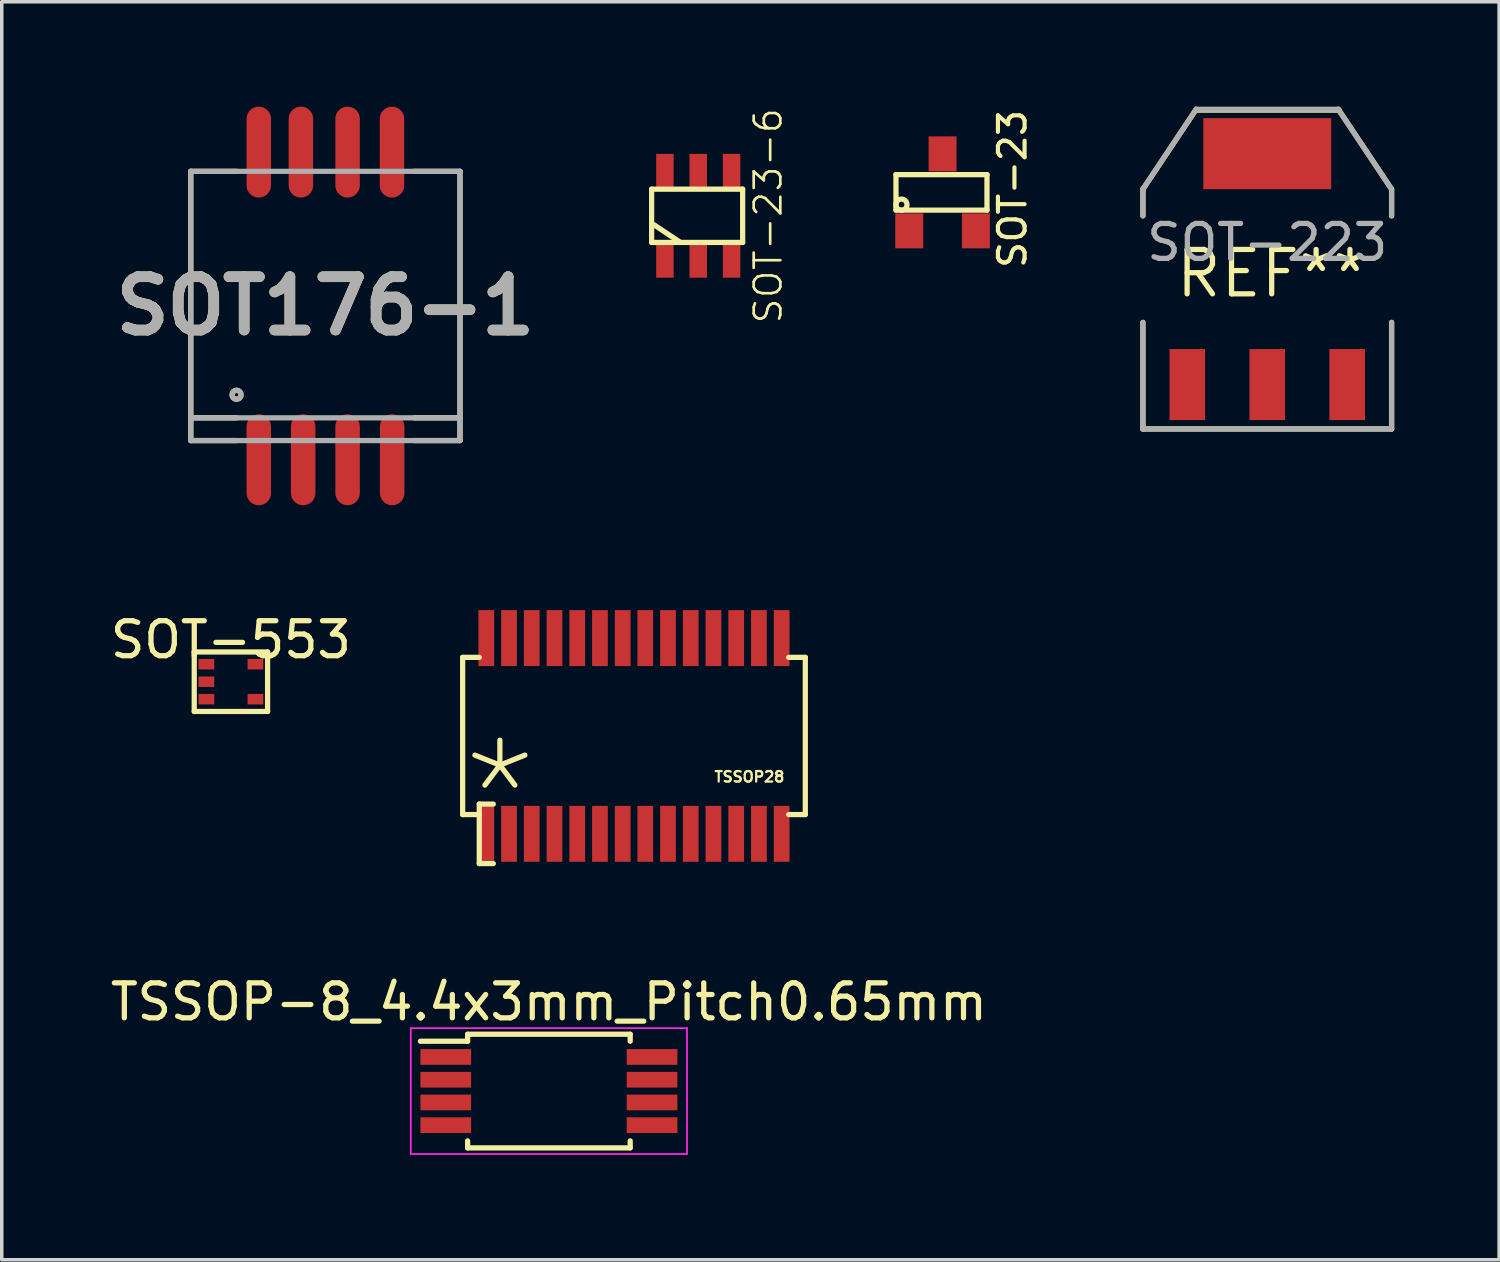
<source format=kicad_pcb>
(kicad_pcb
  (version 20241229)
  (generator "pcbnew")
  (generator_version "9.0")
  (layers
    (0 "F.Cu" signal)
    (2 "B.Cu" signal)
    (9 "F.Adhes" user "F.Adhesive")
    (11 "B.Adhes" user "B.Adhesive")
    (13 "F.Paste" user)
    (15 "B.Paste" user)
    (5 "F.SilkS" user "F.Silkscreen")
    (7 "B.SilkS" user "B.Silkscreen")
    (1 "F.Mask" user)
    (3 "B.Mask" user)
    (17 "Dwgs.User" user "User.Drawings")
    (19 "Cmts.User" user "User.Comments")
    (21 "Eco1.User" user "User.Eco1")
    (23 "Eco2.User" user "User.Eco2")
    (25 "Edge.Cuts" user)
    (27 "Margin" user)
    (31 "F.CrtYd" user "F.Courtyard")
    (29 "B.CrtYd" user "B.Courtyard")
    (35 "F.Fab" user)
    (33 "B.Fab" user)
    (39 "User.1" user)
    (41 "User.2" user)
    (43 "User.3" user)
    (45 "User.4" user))
  (footprint "SOT-223"
    (layer "F.Cu")
    (at 33.194 4.647)
    (property "Reference" "SOT-223" (at 0 -0.762 0) (layer "F.Fab") (effects (font (size 1 1) (thickness 0.15))))
    (attr smd)
    (fp_line (start -3.556 -2.286) (end -2.032 -4.572) (stroke (width 0.15) (type solid)) (layer "F.SilkS"))
    (fp_line (start -3.556 -1.524) (end -3.556 -2.286) (stroke (width 0.15) (type solid)) (layer "F.SilkS"))
    (fp_line (start -3.556 1.524) (end -3.556 4.572) (stroke (width 0.15) (type solid)) (layer "F.SilkS"))
    (fp_line (start -3.556 4.572) (end 3.556 4.572) (stroke (width 0.15) (type solid)) (layer "F.SilkS"))
    (fp_line (start -2.007 -4.547) (end 2.057 -4.547) (stroke (width 0.15) (type solid)) (layer "F.SilkS"))
    (fp_line (start 2.032 -4.572) (end 3.556 -2.286) (stroke (width 0.15) (type solid)) (layer "F.SilkS"))
    (fp_line (start 3.556 -2.286) (end 3.556 -1.524) (stroke (width 0.15) (type solid)) (layer "F.SilkS"))
    (fp_line (start 3.556 4.572) (end 3.556 1.524) (stroke (width 0.15) (type solid)) (layer "F.SilkS"))
    (fp_line (start -3.556 -2.286) (end -2.032 -4.572) (stroke (width 0.15) (type solid)) (layer "F.Fab"))
    (fp_line (start -3.556 -1.524) (end -3.556 -2.286) (stroke (width 0.15) (type solid)) (layer "F.Fab"))
    (fp_line (start -3.556 1.524) (end -3.556 4.572) (stroke (width 0.15) (type solid)) (layer "F.Fab"))
    (fp_line (start -3.556 4.572) (end 3.556 4.572) (stroke (width 0.15) (type solid)) (layer "F.Fab"))
    (fp_line (start -2.032 -4.572) (end 2.032 -4.572) (stroke (width 0.15) (type solid)) (layer "F.Fab"))
    (fp_line (start 2.032 -4.572) (end 3.556 -2.286) (stroke (width 0.15) (type solid)) (layer "F.Fab"))
    (fp_line (start 3.556 -2.286) (end 3.556 -1.524) (stroke (width 0.15) (type solid)) (layer "F.Fab"))
    (fp_line (start 3.556 4.572) (end 3.556 1.524) (stroke (width 0.15) (type solid)) (layer "F.Fab"))
    (fp_text user "REF**" (at 0.127 0.127 0) (layer "F.SilkS") (effects (font (size 1.27 1.27) (thickness 0.15))))
    (pad "1" smd rect (at -2.286 3.302) (size 1.016 2.032) (layers "F.Cu" "F.Mask" "F.Paste"))
    (pad "2" smd rect (at 0 3.302) (size 1.016 2.032) (layers "F.Cu" "F.Mask" "F.Paste"))
    (pad "3" smd rect (at 2.286 3.302) (size 1.016 2.032) (layers "F.Cu" "F.Mask" "F.Paste"))
    (pad "4" smd rect (at 0 -3.302) (size 3.658 2.032) (layers "F.Cu" "F.Mask" "F.Paste")))
  (footprint "SOT-23"
    (layer "F.Cu")
    (at 23.908 2.452)
    (property "Reference" "SOT-23" (at 1.999 -0.099 90) (layer "F.SilkS") (effects (font (size 0.762 0.762) (thickness 0.119))))
    (attr through_hole)
    (fp_line (start -1.333 -0.508) (end -1.333 0.508) (stroke (width 0.15) (type solid)) (layer "F.SilkS"))
    (fp_line (start -1.333 -0.508) (end 1.27 -0.508) (stroke (width 0.15) (type solid)) (layer "F.SilkS"))
    (fp_line (start 1.27 -0.508) (end 1.27 0.508) (stroke (width 0.15) (type solid)) (layer "F.SilkS"))
    (fp_line (start 1.27 0.508) (end -1.333 0.508) (stroke (width 0.15) (type solid)) (layer "F.SilkS"))
    (fp_circle (center -1.176 0.351) (end -1.3 0.45) (stroke (width 0.15) (type solid)) (fill no) (layer "F.SilkS"))
    (pad "1" smd rect (at -0.953 1.1) (size 0.8 1.001) (layers "F.Cu" "F.Mask" "F.Paste"))
    (pad "2" smd rect (at 0.953 1.1) (size 0.8 1.001) (layers "F.Cu" "F.Mask" "F.Paste"))
    (pad "3" smd rect (at 0 -1.1) (size 0.8 1.001) (layers "F.Cu" "F.Mask" "F.Paste")))
  (footprint "TSSOP28"
    (layer "F.Cu")
    (at 15.082 17.999)
    (property "Reference" "TSSOP28" (at 3.302 1.168 0) (layer "F.SilkS") (effects (font (size 0.3 0.3) (thickness 0.064))))
    (attr through_hole)
    (fp_line (start -4.9 -2.248) (end -4.9 2.248) (stroke (width 0.15) (type solid)) (layer "F.SilkS"))
    (fp_line (start -4.9 -2.248) (end -4.425 -2.248) (stroke (width 0.15) (type solid)) (layer "F.SilkS"))
    (fp_line (start -4.9 2.248) (end -4.425 2.248) (stroke (width 0.15) (type solid)) (layer "F.SilkS"))
    (fp_line (start -4.425 1.948) (end -4.425 3.65) (stroke (width 0.15) (type solid)) (layer "F.SilkS"))
    (fp_line (start -4.425 1.948) (end -4.023 1.948) (stroke (width 0.15) (type solid)) (layer "F.SilkS"))
    (fp_line (start -4.425 3.65) (end -4.023 3.65) (stroke (width 0.15) (type solid)) (layer "F.SilkS"))
    (fp_line (start 4.425 -2.248) (end 4.9 -2.248) (stroke (width 0.15) (type solid)) (layer "F.SilkS"))
    (fp_line (start 4.425 2.248) (end 4.9 2.248) (stroke (width 0.15) (type solid)) (layer "F.SilkS"))
    (fp_line (start 4.9 -2.248) (end 4.9 2.248) (stroke (width 0.15) (type solid)) (layer "F.SilkS"))
    (fp_text user "*" (at -3.835 1.74 0) (layer "F.SilkS") (effects (font (size 3 3) (thickness 0.15))))
    (pad "1" smd rect (at -4.224 2.799 180) (size 0.45 1.6) (layers "F.Cu" "F.Mask" "F.Paste"))
    (pad "2" smd rect (at -3.574 2.799 180) (size 0.45 1.6) (layers "F.Cu" "F.Mask" "F.Paste"))
    (pad "3" smd rect (at -2.924 2.799 180) (size 0.45 1.6) (layers "F.Cu" "F.Mask" "F.Paste"))
    (pad "4" smd rect (at -2.273 2.799 180) (size 0.45 1.6) (layers "F.Cu" "F.Mask" "F.Paste"))
    (pad "5" smd rect (at -1.623 2.799 180) (size 0.45 1.6) (layers "F.Cu" "F.Mask" "F.Paste"))
    (pad "6" smd rect (at -0.973 2.799 180) (size 0.45 1.6) (layers "F.Cu" "F.Mask" "F.Paste"))
    (pad "7" smd rect (at -0.323 2.799 180) (size 0.45 1.6) (layers "F.Cu" "F.Mask" "F.Paste"))
    (pad "8" smd rect (at 0.323 2.799 180) (size 0.45 1.6) (layers "F.Cu" "F.Mask" "F.Paste"))
    (pad "9" smd rect (at 0.973 2.799 180) (size 0.45 1.6) (layers "F.Cu" "F.Mask" "F.Paste"))
    (pad "10" smd rect (at 1.623 2.799 180) (size 0.45 1.6) (layers "F.Cu" "F.Mask" "F.Paste"))
    (pad "11" smd rect (at 2.273 2.799 180) (size 0.45 1.6) (layers "F.Cu" "F.Mask" "F.Paste"))
    (pad "12" smd rect (at 2.924 2.799 180) (size 0.45 1.6) (layers "F.Cu" "F.Mask" "F.Paste"))
    (pad "13" smd rect (at 3.574 2.799 180) (size 0.45 1.6) (layers "F.Cu" "F.Mask" "F.Paste"))
    (pad "14" smd rect (at 4.224 2.799 180) (size 0.45 1.6) (layers "F.Cu" "F.Mask" "F.Paste"))
    (pad "15" smd rect (at 4.224 -2.799) (size 0.45 1.6) (layers "F.Cu" "F.Mask" "F.Paste"))
    (pad "16" smd rect (at 3.574 -2.799) (size 0.45 1.6) (layers "F.Cu" "F.Mask" "F.Paste"))
    (pad "17" smd rect (at 2.924 -2.799) (size 0.45 1.6) (layers "F.Cu" "F.Mask" "F.Paste"))
    (pad "18" smd rect (at 2.273 -2.799) (size 0.45 1.6) (layers "F.Cu" "F.Mask" "F.Paste"))
    (pad "19" smd rect (at 1.623 -2.799) (size 0.45 1.6) (layers "F.Cu" "F.Mask" "F.Paste"))
    (pad "20" smd rect (at 0.973 -2.799) (size 0.45 1.6) (layers "F.Cu" "F.Mask" "F.Paste"))
    (pad "21" smd rect (at 0.323 -2.799) (size 0.45 1.6) (layers "F.Cu" "F.Mask" "F.Paste"))
    (pad "22" smd rect (at -0.323 -2.799) (size 0.45 1.6) (layers "F.Cu" "F.Mask" "F.Paste"))
    (pad "23" smd rect (at -0.973 -2.799) (size 0.45 1.6) (layers "F.Cu" "F.Mask" "F.Paste"))
    (pad "24" smd rect (at -1.623 -2.799) (size 0.45 1.6) (layers "F.Cu" "F.Mask" "F.Paste"))
    (pad "25" smd rect (at -2.273 -2.799) (size 0.45 1.6) (layers "F.Cu" "F.Mask" "F.Paste"))
    (pad "26" smd rect (at -2.924 -2.799) (size 0.45 1.6) (layers "F.Cu" "F.Mask" "F.Paste"))
    (pad "27" smd rect (at -3.574 -2.799) (size 0.45 1.6) (layers "F.Cu" "F.Mask" "F.Paste"))
    (pad "28" smd rect (at -4.224 -2.799) (size 0.45 1.6) (layers "F.Cu" "F.Mask" "F.Paste")))
  (footprint "SOT176-1"
    (layer "F.Cu")
    (at 6.256 5.7)
    (property "Reference" "SOT176-1" (at 0 0 0) (layer "F.SilkS") (effects (font (size 1.524 1.524) (thickness 0.305))))
    (attr through_hole)
    (fp_line (start -3.85 -3.85) (end -2.54 -3.85) (stroke (width 0.15) (type solid)) (layer "F.SilkS"))
    (fp_line (start -3.85 3.2) (end -2.54 3.2) (stroke (width 0.15) (type solid)) (layer "F.SilkS"))
    (fp_line (start -3.85 3.85) (end -3.85 -3.85) (stroke (width 0.15) (type solid)) (layer "F.SilkS"))
    (fp_line (start -3.85 3.85) (end -2.54 3.85) (stroke (width 0.15) (type solid)) (layer "F.SilkS"))
    (fp_line (start 2.54 -3.85) (end 3.85 -3.85) (stroke (width 0.15) (type solid)) (layer "F.SilkS"))
    (fp_line (start 2.54 3.2) (end 3.85 3.2) (stroke (width 0.15) (type solid)) (layer "F.SilkS"))
    (fp_line (start 2.54 3.85) (end 3.85 3.85) (stroke (width 0.15) (type solid)) (layer "F.SilkS"))
    (fp_line (start 3.85 3.85) (end 3.85 -3.85) (stroke (width 0.15) (type solid)) (layer "F.SilkS"))
    (fp_circle (center -2.54 2.54) (end -2.413 2.54) (stroke (width 0.15) (type solid)) (fill no) (layer "F.SilkS"))
    (fp_line (start -3.85 -3.85) (end 3.85 -3.85) (stroke (width 0.15) (type solid)) (layer "F.Fab"))
    (fp_line (start -3.85 3.2) (end 3.85 3.2) (stroke (width 0.15) (type solid)) (layer "F.Fab"))
    (fp_line (start -3.85 3.85) (end -3.85 -3.85) (stroke (width 0.15) (type solid)) (layer "F.Fab"))
    (fp_line (start -3.85 3.85) (end 3.85 3.85) (stroke (width 0.15) (type solid)) (layer "F.Fab"))
    (fp_line (start 3.85 3.85) (end 3.85 -3.85) (stroke (width 0.15) (type solid)) (layer "F.Fab"))
    (fp_circle (center -2.54 2.54) (end -2.413 2.54) (stroke (width 0.15) (type solid)) (fill no) (layer "F.Fab"))
    (fp_text user "${REFERENCE}" (at 0 0 0) (unlocked yes) (layer "F.Fab") (effects (font (size 1.524 1.524) (thickness 0.3))))
    (pad "1" smd oval (at -1.905 4.4) (size 0.7 2.6) (layers "F.Cu" "F.Mask"))
    (pad "2" smd oval (at -0.635 4.4) (size 0.7 2.6) (layers "F.Cu" "F.Mask"))
    (pad "3" smd oval (at 0.635 4.4) (size 0.7 2.6) (layers "F.Cu" "F.Mask"))
    (pad "4" smd oval (at 1.91 4.4) (size 0.7 2.6) (layers "F.Cu" "F.Mask"))
    (pad "5" smd oval (at 1.905 -4.4) (size 0.7 2.6) (layers "F.Cu" "F.Mask"))
    (pad "6" smd oval (at 0.635 -4.4) (size 0.7 2.6) (layers "F.Cu" "F.Mask"))
    (pad "7" smd oval (at -0.7 -4.4) (size 0.7 2.6) (layers "F.Cu" "F.Mask"))
    (pad "8" smd oval (at -1.905 -4.4) (size 0.7 2.6) (layers "F.Cu" "F.Mask")))
  (footprint "SOT-23-6"
    (layer "F.Cu")
    (at 16.92 3.122)
    (property "Reference" "SOT-23-6" (at 1.999 0 90) (layer "F.SilkS") (effects (font (size 0.762 0.762) (thickness 0.076))))
    (attr through_hole)
    (fp_line (start -1.333 -0.762) (end 1.27 -0.762) (stroke (width 0.15) (type solid)) (layer "F.SilkS"))
    (fp_line (start -1.333 0.762) (end -1.333 -0.762) (stroke (width 0.15) (type solid)) (layer "F.SilkS"))
    (fp_line (start -0.508 0.762) (end -1.27 0.254) (stroke (width 0.15) (type solid)) (layer "F.SilkS"))
    (fp_line (start 1.27 -0.762) (end 1.27 0.762) (stroke (width 0.15) (type solid)) (layer "F.SilkS"))
    (fp_line (start 1.27 0.762) (end -1.333 0.762) (stroke (width 0.15) (type solid)) (layer "F.SilkS"))
    (pad "1" smd rect (at -0.953 1.27) (size 0.5 1.001) (layers "F.Cu" "F.Mask" "F.Paste"))
    (pad "2" smd rect (at 0 1.27) (size 0.5 1.001) (layers "F.Cu" "F.Mask" "F.Paste"))
    (pad "3" smd rect (at 0.953 1.27) (size 0.5 1.001) (layers "F.Cu" "F.Mask" "F.Paste"))
    (pad "4" smd rect (at 0.953 -1.27) (size 0.501 1.001) (layers "F.Cu" "F.Mask" "F.Paste"))
    (pad "5" smd rect (at 0 -1.27) (size 0.5 1.001) (layers "F.Cu" "F.Mask" "F.Paste"))
    (pad "6" smd rect (at -0.953 -1.27) (size 0.5 1.001) (layers "F.Cu" "F.Mask" "F.Paste")))
  (footprint "TSSOP-8_4.4x3mm_Pitch0.65mm"
    (placed yes)
    (layer "F.Cu")
    (at 12.649 28.155)
    (property "Reference" "TSSOP-8_4.4x3mm_Pitch0.65mm" (at 0 -2.55 0) (layer "F.SilkS") (effects (font (size 1 1) (thickness 0.15))))
    (attr smd)
    (fp_line (start -2.325 -1.625) (end -2.325 -1.425) (stroke (width 0.15) (type solid)) (layer "F.SilkS"))
    (fp_line (start -2.325 -1.625) (end 2.325 -1.625) (stroke (width 0.15) (type solid)) (layer "F.SilkS"))
    (fp_line (start -2.325 -1.425) (end -3.675 -1.425) (stroke (width 0.15) (type solid)) (layer "F.SilkS"))
    (fp_line (start -2.325 1.625) (end -2.325 1.425) (stroke (width 0.15) (type solid)) (layer "F.SilkS"))
    (fp_line (start -2.325 1.625) (end 2.325 1.625) (stroke (width 0.15) (type solid)) (layer "F.SilkS"))
    (fp_line (start 2.325 -1.625) (end 2.325 -1.425) (stroke (width 0.15) (type solid)) (layer "F.SilkS"))
    (fp_line (start 2.325 1.625) (end 2.325 1.425) (stroke (width 0.15) (type solid)) (layer "F.SilkS"))
    (fp_line (start -3.95 -1.8) (end -3.95 1.8) (stroke (width 0.05) (type solid)) (layer "F.CrtYd"))
    (fp_line (start -3.95 -1.8) (end 3.95 -1.8) (stroke (width 0.05) (type solid)) (layer "F.CrtYd"))
    (fp_line (start -3.95 1.8) (end 3.95 1.8) (stroke (width 0.05) (type solid)) (layer "F.CrtYd"))
    (fp_line (start 3.95 -1.8) (end 3.95 1.8) (stroke (width 0.05) (type solid)) (layer "F.CrtYd"))
    (pad "1" smd rect (at -2.95 -0.975) (size 1.45 0.45) (layers "F.Cu" "F.Mask" "F.Paste"))
    (pad "2" smd rect (at -2.95 -0.325) (size 1.45 0.45) (layers "F.Cu" "F.Mask" "F.Paste"))
    (pad "3" smd rect (at -2.95 0.325) (size 1.45 0.45) (layers "F.Cu" "F.Mask" "F.Paste"))
    (pad "4" smd rect (at -2.95 0.975) (size 1.45 0.45) (layers "F.Cu" "F.Mask" "F.Paste"))
    (pad "5" smd rect (at 2.95 0.975) (size 1.45 0.45) (layers "F.Cu" "F.Mask" "F.Paste"))
    (pad "6" smd rect (at 2.95 0.325) (size 1.45 0.45) (layers "F.Cu" "F.Mask" "F.Paste"))
    (pad "7" smd rect (at 2.95 -0.325) (size 1.45 0.45) (layers "F.Cu" "F.Mask" "F.Paste"))
    (pad "8" smd rect (at 2.95 -0.975) (size 1.45 0.45) (layers "F.Cu" "F.Mask" "F.Paste")))
  (footprint "SOT-553"
    (layer "F.Cu")
    (at 3.554 16.447)
    (property "Reference" "SOT-553" (at 0 -1.199 0) (layer "F.SilkS") (effects (font (size 1 1) (thickness 0.15))))
    (attr smd)
    (fp_line (start -1.049 -0.851) (end 1.049 -0.851) (stroke (width 0.15) (type solid)) (layer "F.SilkS"))
    (fp_line (start -1.049 0.851) (end -1.049 -0.851) (stroke (width 0.15) (type solid)) (layer "F.SilkS"))
    (fp_line (start 1.049 -0.851) (end 1.049 0.851) (stroke (width 0.15) (type solid)) (layer "F.SilkS"))
    (fp_line (start 1.049 0.851) (end -1.049 0.851) (stroke (width 0.15) (type solid)) (layer "F.SilkS"))
    (pad "1" smd rect (at -0.701 -0.5) (size 0.45 0.3) (layers "F.Cu" "F.Mask" "F.Paste"))
    (pad "2" smd rect (at -0.701 0) (size 0.45 0.3) (layers "F.Cu" "F.Mask" "F.Paste"))
    (pad "3" smd rect (at -0.701 0.5) (size 0.45 0.3) (layers "F.Cu" "F.Mask" "F.Paste"))
    (pad "4" smd rect (at 0.701 0.5) (size 0.45 0.3) (layers "F.Cu" "F.Mask" "F.Paste"))
    (pad "5" smd rect (at 0.701 -0.5) (size 0.45 0.3) (layers "F.Cu" "F.Mask" "F.Paste")))
  (gr_rect
    (start -3 -3)
    (end 39.825 32.98)
    (stroke (width 0.1) (type default))
    (fill no)
    (layer "Edge.Cuts")))
</source>
